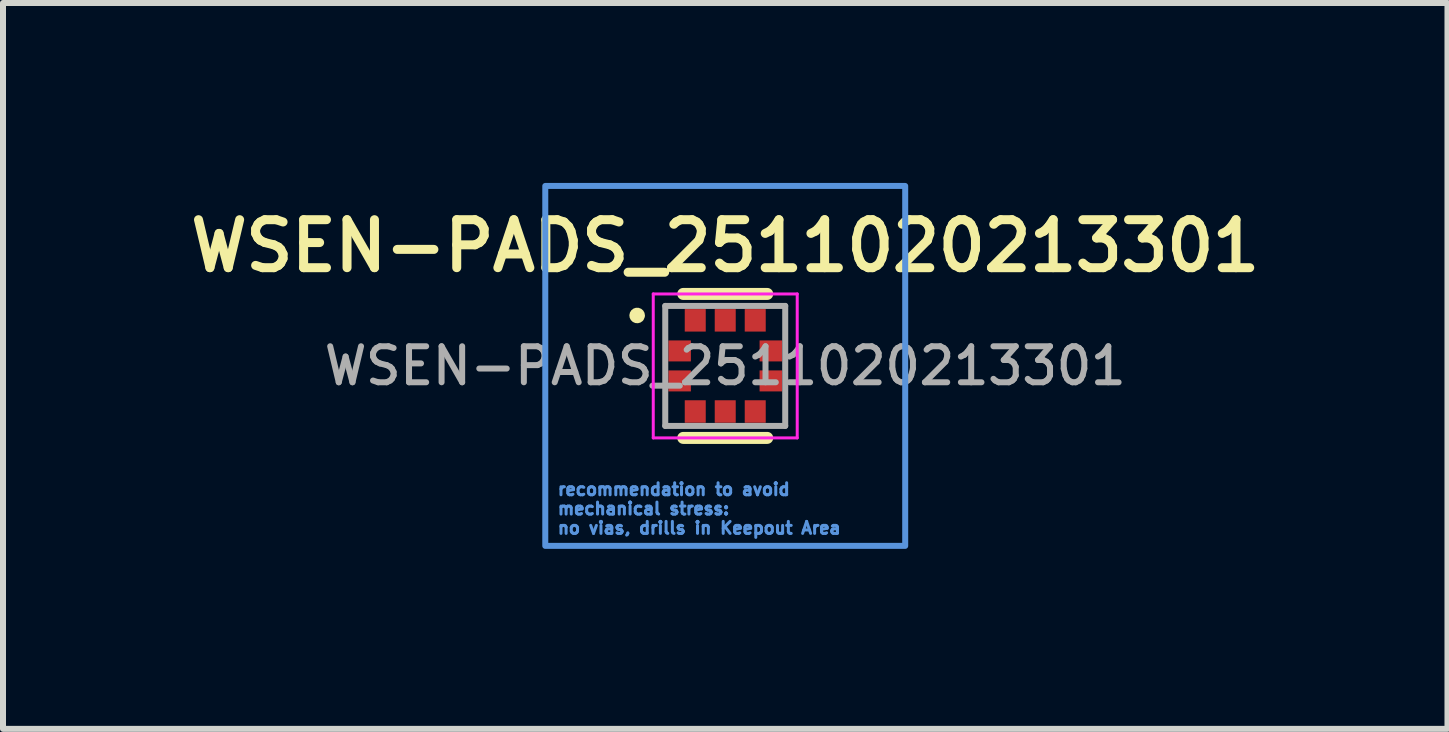
<source format=kicad_pcb>
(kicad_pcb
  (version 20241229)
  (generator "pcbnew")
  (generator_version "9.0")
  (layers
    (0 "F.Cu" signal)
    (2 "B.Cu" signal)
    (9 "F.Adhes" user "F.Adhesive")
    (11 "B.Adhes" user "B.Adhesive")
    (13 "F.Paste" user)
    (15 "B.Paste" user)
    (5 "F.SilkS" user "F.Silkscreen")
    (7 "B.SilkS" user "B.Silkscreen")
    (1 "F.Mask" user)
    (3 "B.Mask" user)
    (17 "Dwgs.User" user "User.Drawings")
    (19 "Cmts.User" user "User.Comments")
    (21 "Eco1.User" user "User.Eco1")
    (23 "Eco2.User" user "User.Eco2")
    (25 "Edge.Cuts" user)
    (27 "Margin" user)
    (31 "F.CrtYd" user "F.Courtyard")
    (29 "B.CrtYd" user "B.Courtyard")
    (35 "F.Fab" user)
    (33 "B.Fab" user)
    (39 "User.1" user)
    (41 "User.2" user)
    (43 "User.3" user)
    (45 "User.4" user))
  (footprint "WSEN-PADS_2511020213301"
    (layer "F.Cu")
    (at 9.04 3.05)
    (property "Reference" "WSEN-PADS_2511020213301" (at 0 -2 0) (layer "F.SilkS") (effects (font (size 0.8 0.8) (thickness 0.15))))
    (fp_line (start -0.7 -1.2) (end 0.7 -1.2) (stroke (width 0.2) (type solid)) (layer "F.SilkS"))
    (fp_line (start -0.7 1.2) (end 0.7 1.2) (stroke (width 0.2) (type solid)) (layer "F.SilkS"))
    (fp_arc (start -1.447272 -0.819543) (mid -1.495992 -0.852508) (end -1.43832 -0.84092) (stroke (width 0.2) (type solid)) (layer "F.SilkS"))
    (fp_rect (start -3 -3) (end 3 3) (stroke (width 0.1) (type default)) (fill no) (layer "Cmts.User"))
    (fp_line (start -1.2 -1.2) (end 1.2 -1.2) (stroke (width 0.05) (type solid)) (layer "F.CrtYd"))
    (fp_line (start -1.2 1.2) (end -1.2 -1.2) (stroke (width 0.05) (type solid)) (layer "F.CrtYd"))
    (fp_line (start -1.2 1.2) (end 1.2 1.2) (stroke (width 0.05) (type solid)) (layer "F.CrtYd"))
    (fp_line (start 1.2 1.2) (end 1.2 -1.2) (stroke (width 0.05) (type solid)) (layer "F.CrtYd"))
    (fp_line (start -1 -1) (end 1 -1) (stroke (width 0.1) (type solid)) (layer "F.Fab"))
    (fp_line (start -1 1) (end -1 -1) (stroke (width 0.1) (type solid)) (layer "F.Fab"))
    (fp_line (start -1 1) (end 1 1) (stroke (width 0.1) (type solid)) (layer "F.Fab"))
    (fp_line (start 1 1) (end 1 -1) (stroke (width 0.1) (type solid)) (layer "F.Fab"))
    (fp_text user "recommendation to avoid \nmechanical stress:\nno vias, drills in Keepout Area" (at -2.819 2.819 0) (unlocked yes) (layer "Cmts.User") (effects (font (size 0.2 0.2) (thickness 0.05)) (justify left bottom)))
    (fp_text user "${REFERENCE}" (at 0 0 0) (unlocked yes) (layer "F.Fab") (effects (font (size 0.6 0.6) (thickness 0.1) (bold yes))))
    (pad "1" smd rect (at -0.76 -0.25) (size 0.375 0.35) (layers "F.Cu" "F.Mask" "F.Paste"))
    (pad "2" smd rect (at -0.76 0.25) (size 0.375 0.35) (layers "F.Cu" "F.Mask" "F.Paste"))
    (pad "3" smd rect (at -0.5 0.76) (size 0.35 0.375) (layers "F.Cu" "F.Mask" "F.Paste"))
    (pad "4" smd rect (at 0 0.76) (size 0.35 0.375) (layers "F.Cu" "F.Mask" "F.Paste"))
    (pad "5" smd rect (at 0.5 0.76) (size 0.35 0.375) (layers "F.Cu" "F.Mask" "F.Paste"))
    (pad "6" smd rect (at 0.76 0.25) (size 0.375 0.35) (layers "F.Cu" "F.Mask" "F.Paste"))
    (pad "7" smd rect (at 0.76 -0.25) (size 0.375 0.35) (layers "F.Cu" "F.Mask" "F.Paste"))
    (pad "8" smd rect (at 0.5 -0.76) (size 0.35 0.375) (layers "F.Cu" "F.Mask" "F.Paste"))
    (pad "9" smd rect (at 0 -0.76) (size 0.35 0.375) (layers "F.Cu" "F.Mask" "F.Paste"))
    (pad "10" smd rect (at -0.5 -0.76) (size 0.35 0.375) (layers "F.Cu" "F.Mask" "F.Paste"))
    (zone (net_name "") (layers "F.Cu" "B.Cu") (hatch edge 0.5) (connect_pads) (min_thickness 0.25) (filled_areas_thickness no) (keepout (tracks not_allowed) (vias not_allowed) (pads not_allowed) (copperpour not_allowed) (footprints allowed)) (placement (enabled no)) (fill)))
  (gr_rect
    (start -3 -3)
    (end 21.08 9.1)
    (stroke (width 0.1) (type default))
    (fill no)
    (layer "Edge.Cuts")))
</source>
